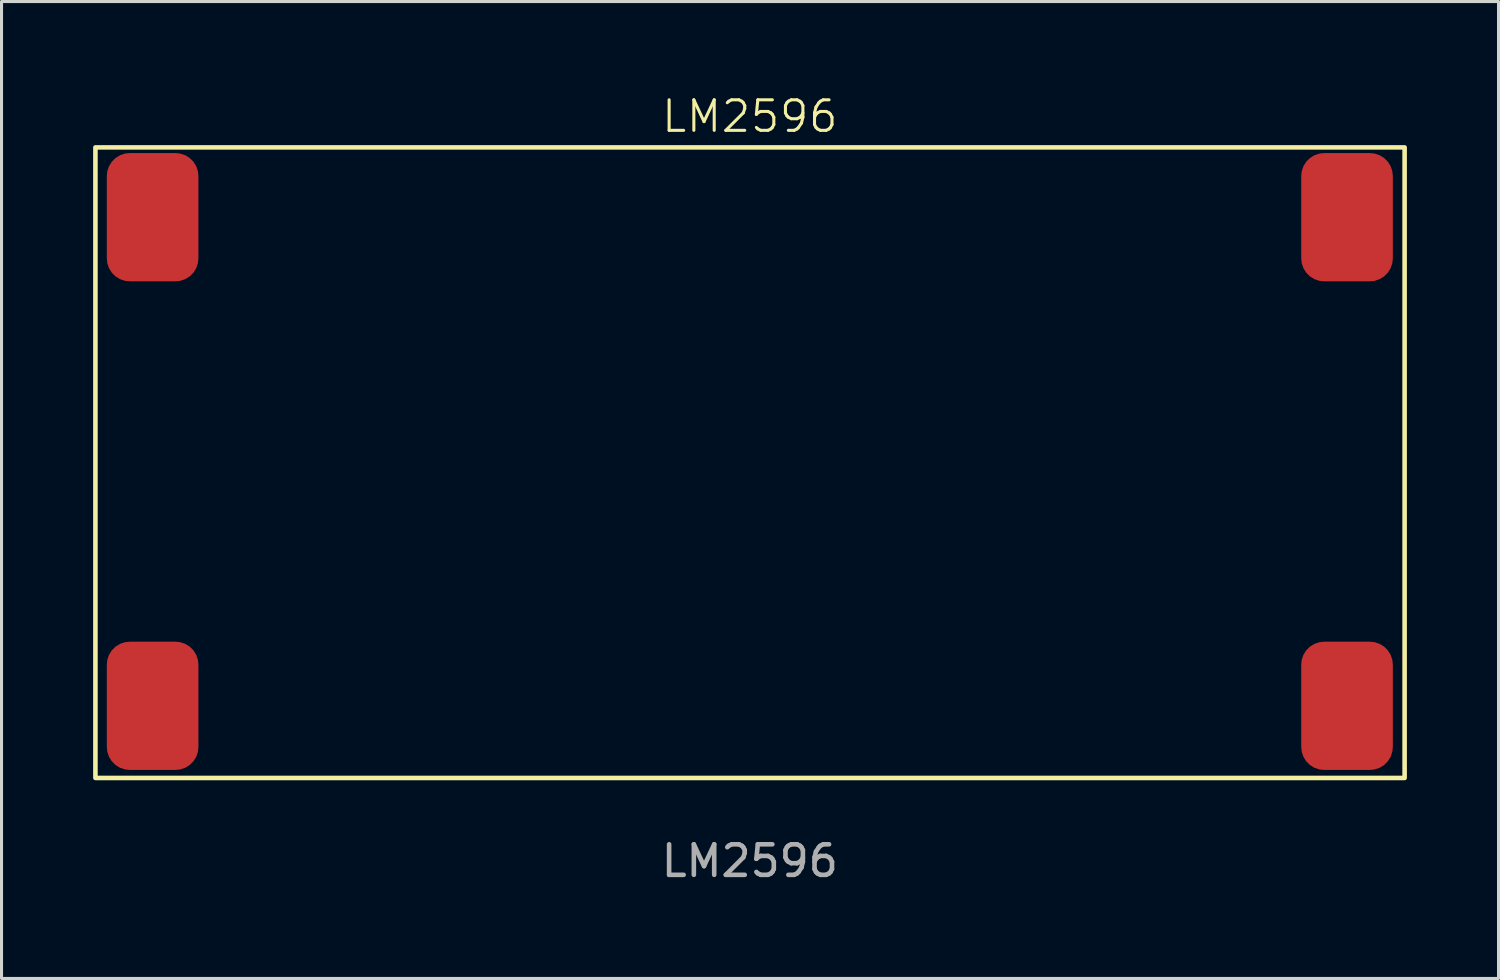
<source format=kicad_pcb>
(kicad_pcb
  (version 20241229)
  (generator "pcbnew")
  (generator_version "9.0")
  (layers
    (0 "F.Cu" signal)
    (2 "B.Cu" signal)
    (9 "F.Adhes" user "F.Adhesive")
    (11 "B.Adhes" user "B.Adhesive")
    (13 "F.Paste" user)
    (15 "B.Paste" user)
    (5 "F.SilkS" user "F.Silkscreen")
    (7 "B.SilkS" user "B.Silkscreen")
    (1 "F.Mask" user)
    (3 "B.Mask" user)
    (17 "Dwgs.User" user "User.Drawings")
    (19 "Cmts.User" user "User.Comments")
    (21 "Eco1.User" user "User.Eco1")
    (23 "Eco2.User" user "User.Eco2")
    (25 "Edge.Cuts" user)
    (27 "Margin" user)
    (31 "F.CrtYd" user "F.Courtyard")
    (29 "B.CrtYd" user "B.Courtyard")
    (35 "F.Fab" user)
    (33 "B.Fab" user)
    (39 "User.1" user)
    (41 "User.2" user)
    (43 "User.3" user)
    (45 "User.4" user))
  (footprint "LM2596"
    (layer "F.Cu")
    (at 21.506 11.937)
    (property "Reference" "LM2596" (at 0 -11.176 0) (unlocked yes) (layer "F.SilkS") (effects (font (size 1 1) (thickness 0.1))))
    (attr smd)
    (fp_rect (start -21.431 -10.16) (end 21.444 10.49) (stroke (width 0.15) (type default)) (fill no) (layer "F.SilkS"))
    (fp_text user "${REFERENCE}" (at 0 13.208 0) (unlocked yes) (layer "F.Fab") (effects (font (size 1 1) (thickness 0.15))))
    (pad "1" smd roundrect (at -19.558 -7.874) (size 3 4.2) (layers "F.Cu" "F.Mask" "F.Paste") (roundrect_rratio 0.25))
    (pad "2" smd roundrect (at -19.558 8.128) (size 3 4.2) (layers "F.Cu" "F.Mask" "F.Paste") (roundrect_rratio 0.25))
    (pad "3" smd roundrect (at 19.558 -7.874) (size 3 4.2) (layers "F.Cu" "F.Mask" "F.Paste") (roundrect_rratio 0.25))
    (pad "4" smd roundrect (at 19.558 8.128) (size 3 4.2) (layers "F.Cu" "F.Mask" "F.Paste") (roundrect_rratio 0.25))
    (zone (net_name "") (layer "F.Cu") (hatch edge 0.5) (connect_pads) (min_thickness 0.25) (filled_areas_thickness no) (keepout (tracks not_allowed) (vias not_allowed) (pads not_allowed) (copperpour not_allowed) (footprints not_allowed)) (placement (enabled no)) (fill) (polygon (pts (xy 3.726 1.776) (xy 3.726 22.096) (xy 39.286 22.096) (xy 39.286 1.776)))))
  (gr_rect
    (start -3 -3)
    (end 46.025 28.993)
    (stroke (width 0.1) (type default))
    (fill no)
    (layer "Edge.Cuts")))
</source>
